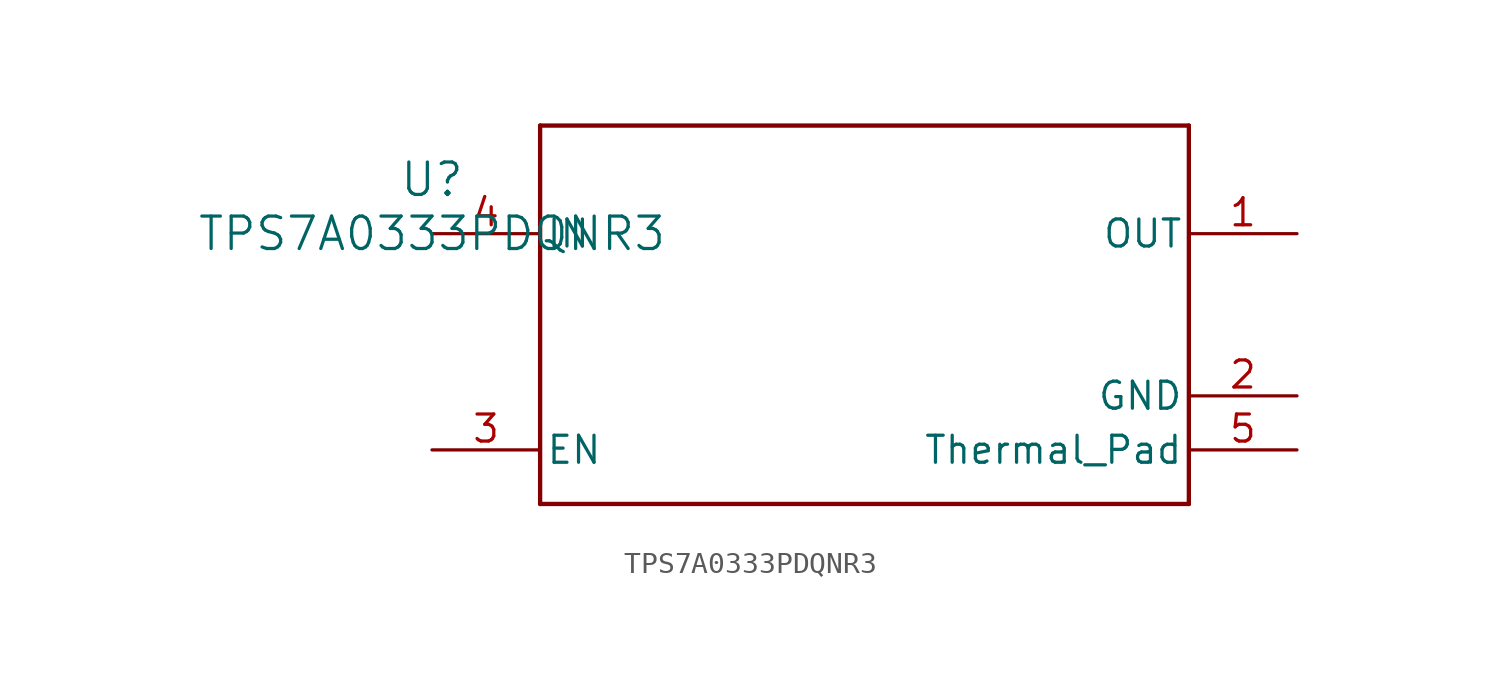
<source format=kicad_sym>
(kicad_symbol_lib
  (version 20211014)
  (generator kicad_symbol_editor)
  (symbol "TPS7A0333PDQNR3"
    (pin_names
      (offset 0.254))
    (property "Reference" "U"
      (at 0 2.54 0)
      (effects (font (size 1.524 1.524))))
    (property "Value" "TPS7A0333PDQNR3"
      (at 0 0 0)
      (effects (font (size 1.524 1.524))))
    (symbol "TPS7A0333PDQNR3_0_1"
      (polyline (pts (xy 5.08 -12.7) (xy 35.56 -12.7)) (stroke (width 0.203) (type default) (color 0 0 0 0)) (fill (type none)))
      (polyline (pts (xy 35.56 -12.7) (xy 35.56 5.08)) (stroke (width 0.203) (type default) (color 0 0 0 0)) (fill (type none)))
      (polyline (pts (xy 35.56 5.08) (xy 5.08 5.08)) (stroke (width 0.203) (type default) (color 0 0 0 0)) (fill (type none)))
      (polyline (pts (xy 5.08 5.08) (xy 5.08 -12.7)) (stroke (width 0.203) (type default) (color 0 0 0 0)) (fill (type none)))
      (pin power_in line (at 40.64 0 180) (length 5.08) (name "OUT" (effects (font (size 1.27 1.27)))) (number "1" (effects (font (size 1.27 1.27)))))
      (pin power_in line (at 40.64 -7.62 180) (length 5.08) (name "GND" (effects (font (size 1.27 1.27)))) (number "2" (effects (font (size 1.27 1.27)))))
      (pin input line (at 0 -10.16 0) (length 5.08) (name "EN" (effects (font (size 1.27 1.27)))) (number "3" (effects (font (size 1.27 1.27)))))
      (pin power_in line (at 0 0 0) (length 5.08) (name "IN" (effects (font (size 1.27 1.27)))) (number "4" (effects (font (size 1.27 1.27)))))
      (pin unspecified line (at 40.64 -10.16 180) (length 5.08) (name "Thermal_Pad" (effects (font (size 1.27 1.27)))) (number "5" (effects (font (size 1.27 1.27))))))))
</source>
